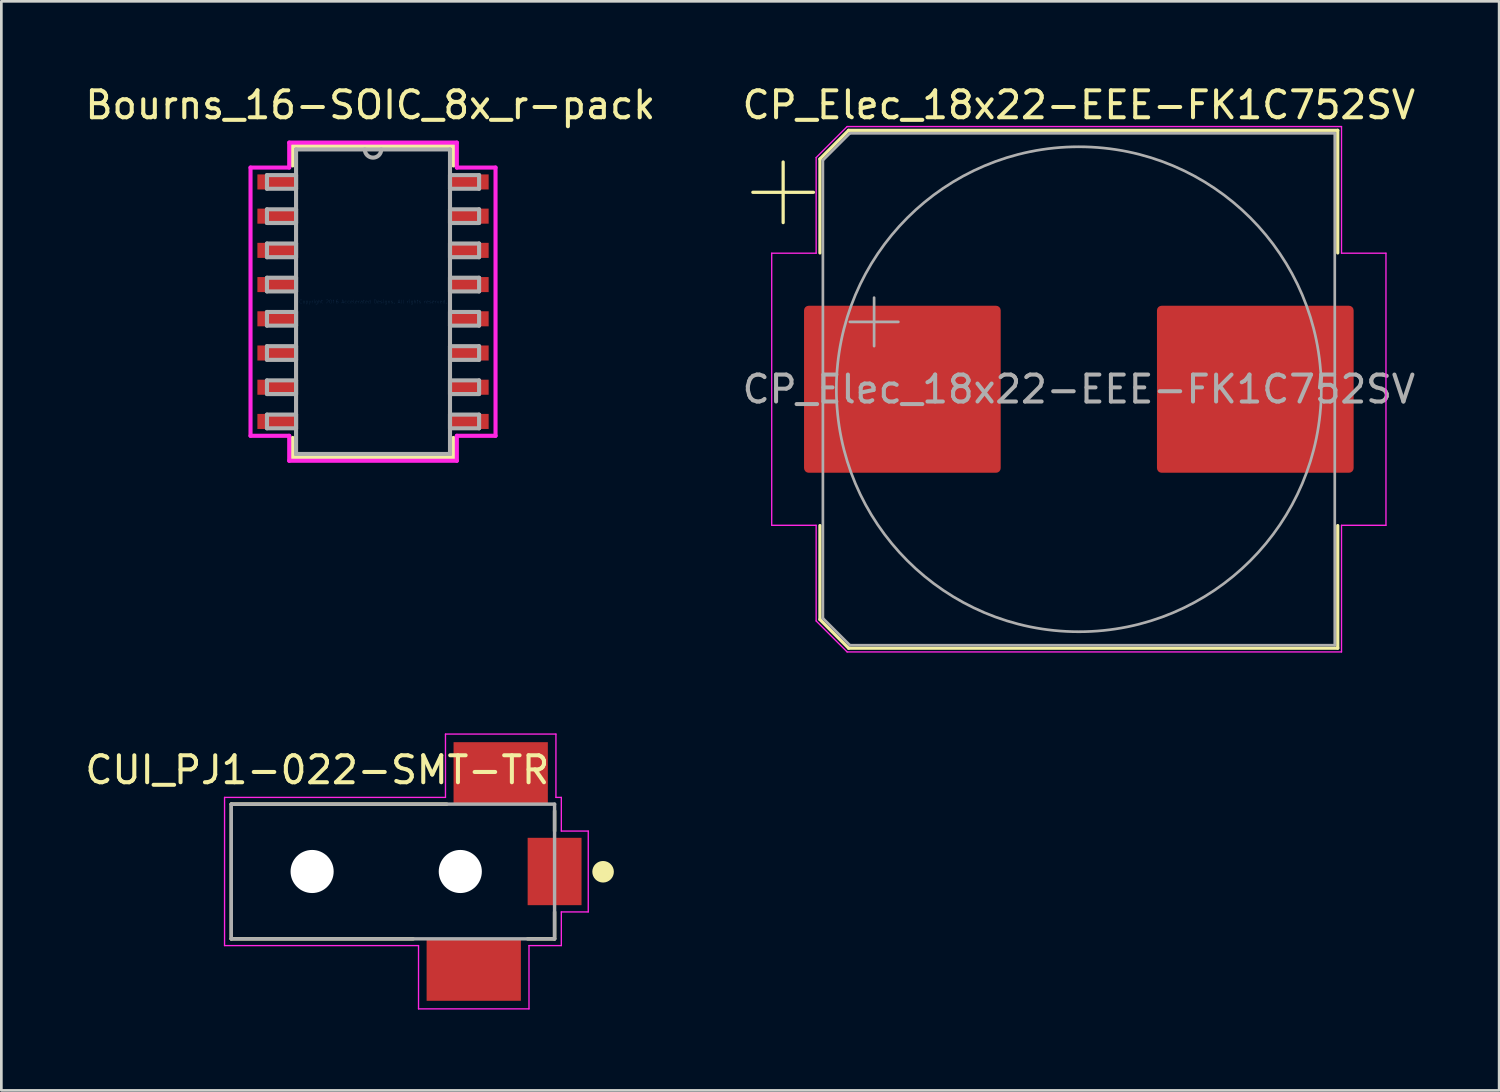
<source format=kicad_pcb>
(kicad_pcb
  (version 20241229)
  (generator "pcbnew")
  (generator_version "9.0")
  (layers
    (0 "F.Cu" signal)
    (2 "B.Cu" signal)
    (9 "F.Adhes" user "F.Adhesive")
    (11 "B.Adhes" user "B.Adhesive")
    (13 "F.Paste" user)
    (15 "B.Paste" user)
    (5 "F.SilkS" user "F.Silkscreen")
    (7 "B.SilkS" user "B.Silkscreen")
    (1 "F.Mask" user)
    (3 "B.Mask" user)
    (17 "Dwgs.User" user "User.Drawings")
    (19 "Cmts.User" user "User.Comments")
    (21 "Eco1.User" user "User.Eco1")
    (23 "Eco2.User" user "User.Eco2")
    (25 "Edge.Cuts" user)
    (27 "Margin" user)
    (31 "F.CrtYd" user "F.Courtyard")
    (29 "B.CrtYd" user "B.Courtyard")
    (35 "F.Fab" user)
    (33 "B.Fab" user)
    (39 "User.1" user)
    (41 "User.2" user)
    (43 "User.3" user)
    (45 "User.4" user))
  (footprint "Bourns_16-SOIC_8x_r-pack"
    (layer "F.Cu")
    (at 10.796 8.148)
    (property "Reference" "Bourns_16-SOIC_8x_r-pack" (at -0.1 -7.3 0) (layer "F.SilkS") (effects (font (size 1 1) (thickness 0.15))))
    (attr through_hole)
    (fp_line (start -2.985 -5.779) (end -2.985 -5.057) (stroke (width 0.152) (type solid)) (layer "F.SilkS"))
    (fp_line (start -2.985 5.057) (end -2.985 5.779) (stroke (width 0.152) (type solid)) (layer "F.SilkS"))
    (fp_line (start -2.985 5.779) (end 2.985 5.779) (stroke (width 0.152) (type solid)) (layer "F.SilkS"))
    (fp_line (start 2.985 -5.779) (end -2.985 -5.779) (stroke (width 0.152) (type solid)) (layer "F.SilkS"))
    (fp_line (start 2.985 -5.057) (end 2.985 -5.779) (stroke (width 0.152) (type solid)) (layer "F.SilkS"))
    (fp_line (start 2.985 5.779) (end 2.985 5.057) (stroke (width 0.152) (type solid)) (layer "F.SilkS"))
    (fp_line (start -4.547 -4.978) (end -3.111 -4.978) (stroke (width 0.152) (type solid)) (layer "F.CrtYd"))
    (fp_line (start -4.547 4.978) (end -4.547 -4.978) (stroke (width 0.152) (type solid)) (layer "F.CrtYd"))
    (fp_line (start -3.111 -5.905) (end 3.111 -5.905) (stroke (width 0.152) (type solid)) (layer "F.CrtYd"))
    (fp_line (start -3.111 -4.978) (end -3.111 -5.905) (stroke (width 0.152) (type solid)) (layer "F.CrtYd"))
    (fp_line (start -3.111 4.978) (end -4.547 4.978) (stroke (width 0.152) (type solid)) (layer "F.CrtYd"))
    (fp_line (start -3.111 5.905) (end -3.111 4.978) (stroke (width 0.152) (type solid)) (layer "F.CrtYd"))
    (fp_line (start 3.111 -5.905) (end 3.111 -4.978) (stroke (width 0.152) (type solid)) (layer "F.CrtYd"))
    (fp_line (start 3.111 -4.978) (end 4.547 -4.978) (stroke (width 0.152) (type solid)) (layer "F.CrtYd"))
    (fp_line (start 3.111 4.978) (end 3.111 5.905) (stroke (width 0.152) (type solid)) (layer "F.CrtYd"))
    (fp_line (start 3.111 5.905) (end -3.111 5.905) (stroke (width 0.152) (type solid)) (layer "F.CrtYd"))
    (fp_line (start 4.547 -4.978) (end 4.547 4.978) (stroke (width 0.152) (type solid)) (layer "F.CrtYd"))
    (fp_line (start 4.547 4.978) (end 3.111 4.978) (stroke (width 0.152) (type solid)) (layer "F.CrtYd"))
    (fp_line (start -3.937 -4.699) (end -3.937 -4.191) (stroke (width 0.152) (type solid)) (layer "F.Fab"))
    (fp_line (start -3.937 -4.191) (end -2.857 -4.191) (stroke (width 0.152) (type solid)) (layer "F.Fab"))
    (fp_line (start -3.937 -3.429) (end -3.937 -2.921) (stroke (width 0.152) (type solid)) (layer "F.Fab"))
    (fp_line (start -3.937 -2.921) (end -2.857 -2.921) (stroke (width 0.152) (type solid)) (layer "F.Fab"))
    (fp_line (start -3.937 -2.159) (end -3.937 -1.651) (stroke (width 0.152) (type solid)) (layer "F.Fab"))
    (fp_line (start -3.937 -1.651) (end -2.857 -1.651) (stroke (width 0.152) (type solid)) (layer "F.Fab"))
    (fp_line (start -3.937 -0.889) (end -3.937 -0.381) (stroke (width 0.152) (type solid)) (layer "F.Fab"))
    (fp_line (start -3.937 -0.381) (end -2.857 -0.381) (stroke (width 0.152) (type solid)) (layer "F.Fab"))
    (fp_line (start -3.937 0.381) (end -3.937 0.889) (stroke (width 0.152) (type solid)) (layer "F.Fab"))
    (fp_line (start -3.937 0.889) (end -2.857 0.889) (stroke (width 0.152) (type solid)) (layer "F.Fab"))
    (fp_line (start -3.937 1.651) (end -3.937 2.159) (stroke (width 0.152) (type solid)) (layer "F.Fab"))
    (fp_line (start -3.937 2.159) (end -2.857 2.159) (stroke (width 0.152) (type solid)) (layer "F.Fab"))
    (fp_line (start -3.937 2.921) (end -3.937 3.429) (stroke (width 0.152) (type solid)) (layer "F.Fab"))
    (fp_line (start -3.937 3.429) (end -2.857 3.429) (stroke (width 0.152) (type solid)) (layer "F.Fab"))
    (fp_line (start -3.937 4.191) (end -3.937 4.699) (stroke (width 0.152) (type solid)) (layer "F.Fab"))
    (fp_line (start -3.937 4.699) (end -2.857 4.699) (stroke (width 0.152) (type solid)) (layer "F.Fab"))
    (fp_line (start -2.857 -5.652) (end -2.857 5.652) (stroke (width 0.152) (type solid)) (layer "F.Fab"))
    (fp_line (start -2.857 -4.699) (end -3.937 -4.699) (stroke (width 0.152) (type solid)) (layer "F.Fab"))
    (fp_line (start -2.857 -4.191) (end -2.857 -4.699) (stroke (width 0.152) (type solid)) (layer "F.Fab"))
    (fp_line (start -2.857 -3.429) (end -3.937 -3.429) (stroke (width 0.152) (type solid)) (layer "F.Fab"))
    (fp_line (start -2.857 -2.921) (end -2.857 -3.429) (stroke (width 0.152) (type solid)) (layer "F.Fab"))
    (fp_line (start -2.857 -2.159) (end -3.937 -2.159) (stroke (width 0.152) (type solid)) (layer "F.Fab"))
    (fp_line (start -2.857 -1.651) (end -2.857 -2.159) (stroke (width 0.152) (type solid)) (layer "F.Fab"))
    (fp_line (start -2.857 -0.889) (end -3.937 -0.889) (stroke (width 0.152) (type solid)) (layer "F.Fab"))
    (fp_line (start -2.857 -0.381) (end -2.857 -0.889) (stroke (width 0.152) (type solid)) (layer "F.Fab"))
    (fp_line (start -2.857 0.381) (end -3.937 0.381) (stroke (width 0.152) (type solid)) (layer "F.Fab"))
    (fp_line (start -2.857 0.889) (end -2.857 0.381) (stroke (width 0.152) (type solid)) (layer "F.Fab"))
    (fp_line (start -2.857 1.651) (end -3.937 1.651) (stroke (width 0.152) (type solid)) (layer "F.Fab"))
    (fp_line (start -2.857 2.159) (end -2.857 1.651) (stroke (width 0.152) (type solid)) (layer "F.Fab"))
    (fp_line (start -2.857 2.921) (end -3.937 2.921) (stroke (width 0.152) (type solid)) (layer "F.Fab"))
    (fp_line (start -2.857 3.429) (end -2.857 2.921) (stroke (width 0.152) (type solid)) (layer "F.Fab"))
    (fp_line (start -2.857 4.191) (end -3.937 4.191) (stroke (width 0.152) (type solid)) (layer "F.Fab"))
    (fp_line (start -2.857 4.699) (end -2.857 4.191) (stroke (width 0.152) (type solid)) (layer "F.Fab"))
    (fp_line (start -2.857 5.652) (end 2.857 5.652) (stroke (width 0.152) (type solid)) (layer "F.Fab"))
    (fp_line (start 2.857 -5.652) (end -2.857 -5.652) (stroke (width 0.152) (type solid)) (layer "F.Fab"))
    (fp_line (start 2.857 -4.699) (end 2.857 -4.191) (stroke (width 0.152) (type solid)) (layer "F.Fab"))
    (fp_line (start 2.857 -4.191) (end 3.937 -4.191) (stroke (width 0.152) (type solid)) (layer "F.Fab"))
    (fp_line (start 2.857 -3.429) (end 2.857 -2.921) (stroke (width 0.152) (type solid)) (layer "F.Fab"))
    (fp_line (start 2.857 -2.921) (end 3.937 -2.921) (stroke (width 0.152) (type solid)) (layer "F.Fab"))
    (fp_line (start 2.857 -2.159) (end 2.857 -1.651) (stroke (width 0.152) (type solid)) (layer "F.Fab"))
    (fp_line (start 2.857 -1.651) (end 3.937 -1.651) (stroke (width 0.152) (type solid)) (layer "F.Fab"))
    (fp_line (start 2.857 -0.889) (end 2.857 -0.381) (stroke (width 0.152) (type solid)) (layer "F.Fab"))
    (fp_line (start 2.857 -0.381) (end 3.937 -0.381) (stroke (width 0.152) (type solid)) (layer "F.Fab"))
    (fp_line (start 2.857 0.381) (end 2.857 0.889) (stroke (width 0.152) (type solid)) (layer "F.Fab"))
    (fp_line (start 2.857 0.889) (end 3.937 0.889) (stroke (width 0.152) (type solid)) (layer "F.Fab"))
    (fp_line (start 2.857 1.651) (end 2.857 2.159) (stroke (width 0.152) (type solid)) (layer "F.Fab"))
    (fp_line (start 2.857 2.159) (end 3.937 2.159) (stroke (width 0.152) (type solid)) (layer "F.Fab"))
    (fp_line (start 2.857 2.921) (end 2.857 3.429) (stroke (width 0.152) (type solid)) (layer "F.Fab"))
    (fp_line (start 2.857 3.429) (end 3.937 3.429) (stroke (width 0.152) (type solid)) (layer "F.Fab"))
    (fp_line (start 2.857 4.191) (end 2.857 4.699) (stroke (width 0.152) (type solid)) (layer "F.Fab"))
    (fp_line (start 2.857 4.699) (end 3.937 4.699) (stroke (width 0.152) (type solid)) (layer "F.Fab"))
    (fp_line (start 2.857 5.652) (end 2.857 -5.652) (stroke (width 0.152) (type solid)) (layer "F.Fab"))
    (fp_line (start 3.937 -4.699) (end 2.857 -4.699) (stroke (width 0.152) (type solid)) (layer "F.Fab"))
    (fp_line (start 3.937 -4.191) (end 3.937 -4.699) (stroke (width 0.152) (type solid)) (layer "F.Fab"))
    (fp_line (start 3.937 -3.429) (end 2.857 -3.429) (stroke (width 0.152) (type solid)) (layer "F.Fab"))
    (fp_line (start 3.937 -2.921) (end 3.937 -3.429) (stroke (width 0.152) (type solid)) (layer "F.Fab"))
    (fp_line (start 3.937 -2.159) (end 2.857 -2.159) (stroke (width 0.152) (type solid)) (layer "F.Fab"))
    (fp_line (start 3.937 -1.651) (end 3.937 -2.159) (stroke (width 0.152) (type solid)) (layer "F.Fab"))
    (fp_line (start 3.937 -0.889) (end 2.857 -0.889) (stroke (width 0.152) (type solid)) (layer "F.Fab"))
    (fp_line (start 3.937 -0.381) (end 3.937 -0.889) (stroke (width 0.152) (type solid)) (layer "F.Fab"))
    (fp_line (start 3.937 0.381) (end 2.857 0.381) (stroke (width 0.152) (type solid)) (layer "F.Fab"))
    (fp_line (start 3.937 0.889) (end 3.937 0.381) (stroke (width 0.152) (type solid)) (layer "F.Fab"))
    (fp_line (start 3.937 1.651) (end 2.857 1.651) (stroke (width 0.152) (type solid)) (layer "F.Fab"))
    (fp_line (start 3.937 2.159) (end 3.937 1.651) (stroke (width 0.152) (type solid)) (layer "F.Fab"))
    (fp_line (start 3.937 2.921) (end 2.857 2.921) (stroke (width 0.152) (type solid)) (layer "F.Fab"))
    (fp_line (start 3.937 3.429) (end 3.937 2.921) (stroke (width 0.152) (type solid)) (layer "F.Fab"))
    (fp_line (start 3.937 4.191) (end 2.857 4.191) (stroke (width 0.152) (type solid)) (layer "F.Fab"))
    (fp_line (start 3.937 4.699) (end 3.937 4.191) (stroke (width 0.152) (type solid)) (layer "F.Fab"))
    (fp_arc (start 0.3048 -5.6515) (mid 0 -5.3467) (end -0.3048 -5.6515) (stroke (width 0.1524) (type solid)) (layer "F.Fab"))
    (fp_text user "Copyright 2016 Accelerated Designs. All rights reserved." (at 0 0 0) (layer "Cmts.User") (effects (font (size 0.127 0.127) (thickness 0.002))))
    (pad "1" smd rect (at -3.581 -4.445) (size 1.422 0.559) (layers "F.Cu" "F.Mask" "F.Paste"))
    (pad "2" smd rect (at -3.581 -3.175) (size 1.422 0.559) (layers "F.Cu" "F.Mask" "F.Paste"))
    (pad "3" smd rect (at -3.581 -1.905) (size 1.422 0.559) (layers "F.Cu" "F.Mask" "F.Paste"))
    (pad "4" smd rect (at -3.581 -0.635) (size 1.422 0.559) (layers "F.Cu" "F.Mask" "F.Paste"))
    (pad "5" smd rect (at -3.581 0.635) (size 1.422 0.559) (layers "F.Cu" "F.Mask" "F.Paste"))
    (pad "6" smd rect (at -3.581 1.905) (size 1.422 0.559) (layers "F.Cu" "F.Mask" "F.Paste"))
    (pad "7" smd rect (at -3.581 3.175) (size 1.422 0.559) (layers "F.Cu" "F.Mask" "F.Paste"))
    (pad "8" smd rect (at -3.581 4.445) (size 1.422 0.559) (layers "F.Cu" "F.Mask" "F.Paste"))
    (pad "9" smd rect (at 3.581 4.445) (size 1.422 0.559) (layers "F.Cu" "F.Mask" "F.Paste"))
    (pad "10" smd rect (at 3.581 3.175) (size 1.422 0.559) (layers "F.Cu" "F.Mask" "F.Paste"))
    (pad "11" smd rect (at 3.581 1.905) (size 1.422 0.559) (layers "F.Cu" "F.Mask" "F.Paste"))
    (pad "12" smd rect (at 3.581 0.635) (size 1.422 0.559) (layers "F.Cu" "F.Mask" "F.Paste"))
    (pad "13" smd rect (at 3.581 -0.635) (size 1.422 0.559) (layers "F.Cu" "F.Mask" "F.Paste"))
    (pad "14" smd rect (at 3.581 -1.905) (size 1.422 0.559) (layers "F.Cu" "F.Mask" "F.Paste"))
    (pad "15" smd rect (at 3.581 -3.175) (size 1.422 0.559) (layers "F.Cu" "F.Mask" "F.Paste"))
    (pad "16" smd rect (at 3.581 -4.445) (size 1.422 0.559) (layers "F.Cu" "F.Mask" "F.Paste")))
  (footprint "CP_Elec_18x22-EEE-FK1C752SV"
    (layer "F.Cu")
    (at 36.994 11.398)
    (property "Reference" "CP_Elec_18x22-EEE-FK1C752SV" (at 0 -10.55 0) (layer "F.SilkS") (effects (font (size 1 1) (thickness 0.15))))
    (attr smd)
    (fp_line (start -12.1 -7.31) (end -9.85 -7.31) (stroke (width 0.12) (type solid)) (layer "F.SilkS"))
    (fp_line (start -10.975 -8.435) (end -10.975 -6.185) (stroke (width 0.12) (type solid)) (layer "F.SilkS"))
    (fp_line (start -9.61 -8.546) (end -9.61 -5.06) (stroke (width 0.12) (type solid)) (layer "F.SilkS"))
    (fp_line (start -9.61 -8.546) (end -8.546 -9.61) (stroke (width 0.12) (type solid)) (layer "F.SilkS"))
    (fp_line (start -9.61 8.546) (end -9.61 5.06) (stroke (width 0.12) (type solid)) (layer "F.SilkS"))
    (fp_line (start -9.61 8.546) (end -8.546 9.61) (stroke (width 0.12) (type solid)) (layer "F.SilkS"))
    (fp_line (start -8.546 -9.61) (end 9.61 -9.61) (stroke (width 0.12) (type solid)) (layer "F.SilkS"))
    (fp_line (start -8.546 9.61) (end 9.61 9.61) (stroke (width 0.12) (type solid)) (layer "F.SilkS"))
    (fp_line (start 9.61 -9.61) (end 9.61 -5.06) (stroke (width 0.12) (type solid)) (layer "F.SilkS"))
    (fp_line (start 9.61 9.61) (end 9.61 5.06) (stroke (width 0.12) (type solid)) (layer "F.SilkS"))
    (fp_line (start -11.4 -5.05) (end -11.4 5.05) (stroke (width 0.05) (type solid)) (layer "F.CrtYd"))
    (fp_line (start -11.4 5.05) (end -9.75 5.05) (stroke (width 0.05) (type solid)) (layer "F.CrtYd"))
    (fp_line (start -9.75 -8.6) (end -9.75 -5.05) (stroke (width 0.05) (type solid)) (layer "F.CrtYd"))
    (fp_line (start -9.75 -8.6) (end -8.6 -9.75) (stroke (width 0.05) (type solid)) (layer "F.CrtYd"))
    (fp_line (start -9.75 -5.05) (end -11.4 -5.05) (stroke (width 0.05) (type solid)) (layer "F.CrtYd"))
    (fp_line (start -9.75 5.05) (end -9.75 8.6) (stroke (width 0.05) (type solid)) (layer "F.CrtYd"))
    (fp_line (start -9.75 8.6) (end -8.6 9.75) (stroke (width 0.05) (type solid)) (layer "F.CrtYd"))
    (fp_line (start -8.6 -9.75) (end 9.75 -9.75) (stroke (width 0.05) (type solid)) (layer "F.CrtYd"))
    (fp_line (start -8.6 9.75) (end 9.75 9.75) (stroke (width 0.05) (type solid)) (layer "F.CrtYd"))
    (fp_line (start 9.75 -9.75) (end 9.75 -5.05) (stroke (width 0.05) (type solid)) (layer "F.CrtYd"))
    (fp_line (start 9.75 -5.05) (end 11.4 -5.05) (stroke (width 0.05) (type solid)) (layer "F.CrtYd"))
    (fp_line (start 9.75 5.05) (end 9.75 9.75) (stroke (width 0.05) (type solid)) (layer "F.CrtYd"))
    (fp_line (start 11.4 -5.05) (end 11.4 5.05) (stroke (width 0.05) (type solid)) (layer "F.CrtYd"))
    (fp_line (start 11.4 5.05) (end 9.75 5.05) (stroke (width 0.05) (type solid)) (layer "F.CrtYd"))
    (fp_line (start -9.5 -8.5) (end -9.5 8.5) (stroke (width 0.1) (type solid)) (layer "F.Fab"))
    (fp_line (start -9.5 -8.5) (end -8.5 -9.5) (stroke (width 0.1) (type solid)) (layer "F.Fab"))
    (fp_line (start -9.5 8.5) (end -8.5 9.5) (stroke (width 0.1) (type solid)) (layer "F.Fab"))
    (fp_line (start -8.5 -9.5) (end 9.5 -9.5) (stroke (width 0.1) (type solid)) (layer "F.Fab"))
    (fp_line (start -8.5 9.5) (end 9.5 9.5) (stroke (width 0.1) (type solid)) (layer "F.Fab"))
    (fp_line (start -8.499 -2.5) (end -6.699 -2.5) (stroke (width 0.1) (type solid)) (layer "F.Fab"))
    (fp_line (start -7.599 -3.4) (end -7.599 -1.6) (stroke (width 0.1) (type solid)) (layer "F.Fab"))
    (fp_line (start 9.5 -9.5) (end 9.5 9.5) (stroke (width 0.1) (type solid)) (layer "F.Fab"))
    (fp_circle (center 0 0) (end 9 0) (stroke (width 0.1) (type solid)) (fill no) (layer "F.Fab"))
    (fp_text user "${REFERENCE}" (at 0 0 0) (layer "F.Fab") (effects (font (size 1 1) (thickness 0.15))))
    (pad "1" smd roundrect (at -6.55 0) (size 7.3 6.2) (layers "F.Cu" "F.Mask" "F.Paste") (roundrect_rratio 0.028))
    (pad "2" smd roundrect (at 6.55 0) (size 7.3 6.2) (layers "F.Cu" "F.Mask" "F.Paste") (roundrect_rratio 0.028)))
  (footprint "CUI_PJ1-022-SMT-TR"
    (layer "F.Cu")
    (at 11.535 29.298)
    (property "Reference" "CUI_PJ1-022-SMT-TR" (at -2.807 -3.768 0) (layer "F.SilkS") (effects (font (size 1.001 1.001) (thickness 0.15))))
    (attr through_hole)
    (fp_line (start -6 -2.5) (end -6 2.5) (stroke (width 0.127) (type solid)) (layer "F.SilkS"))
    (fp_line (start -6 2.5) (end 0.75 2.5) (stroke (width 0.127) (type solid)) (layer "F.SilkS"))
    (fp_line (start 2 -2.5) (end -6 -2.5) (stroke (width 0.127) (type solid)) (layer "F.SilkS"))
    (fp_line (start 5 2.5) (end 6 2.5) (stroke (width 0.127) (type solid)) (layer "F.SilkS"))
    (fp_line (start 6 -2.25) (end 6 -1.5) (stroke (width 0.127) (type solid)) (layer "F.SilkS"))
    (fp_line (start 6 1.5) (end 6 2.5) (stroke (width 0.127) (type solid)) (layer "F.SilkS"))
    (fp_circle (center 7.8 0.01) (end 8 0.01) (stroke (width 0.4) (type solid)) (fill no) (layer "F.SilkS"))
    (fp_line (start -6.25 -2.75) (end -6.25 2.75) (stroke (width 0.05) (type solid)) (layer "F.CrtYd"))
    (fp_line (start -6.25 2.75) (end 0.95 2.75) (stroke (width 0.05) (type solid)) (layer "F.CrtYd"))
    (fp_line (start 0.95 5.1) (end 0.95 2.75) (stroke (width 0.05) (type solid)) (layer "F.CrtYd"))
    (fp_line (start 1.95 -5.1) (end 6.05 -5.1) (stroke (width 0.05) (type solid)) (layer "F.CrtYd"))
    (fp_line (start 1.95 -2.75) (end -6.25 -2.75) (stroke (width 0.05) (type solid)) (layer "F.CrtYd"))
    (fp_line (start 1.95 -2.75) (end 1.95 -5.1) (stroke (width 0.05) (type solid)) (layer "F.CrtYd"))
    (fp_line (start 5.05 2.75) (end 5.05 5.1) (stroke (width 0.05) (type solid)) (layer "F.CrtYd"))
    (fp_line (start 5.05 2.75) (end 6.25 2.75) (stroke (width 0.05) (type solid)) (layer "F.CrtYd"))
    (fp_line (start 5.05 5.1) (end 0.95 5.1) (stroke (width 0.05) (type solid)) (layer "F.CrtYd"))
    (fp_line (start 6.05 -5.1) (end 6.05 -2.75) (stroke (width 0.05) (type solid)) (layer "F.CrtYd"))
    (fp_line (start 6.25 -2.75) (end 6.05 -2.75) (stroke (width 0.05) (type solid)) (layer "F.CrtYd"))
    (fp_line (start 6.25 -1.5) (end 6.25 -2.75) (stroke (width 0.05) (type solid)) (layer "F.CrtYd"))
    (fp_line (start 6.25 -1.5) (end 7.25 -1.5) (stroke (width 0.05) (type solid)) (layer "F.CrtYd"))
    (fp_line (start 6.25 2.75) (end 6.25 1.5) (stroke (width 0.05) (type solid)) (layer "F.CrtYd"))
    (fp_line (start 7.25 -1.5) (end 7.25 1.5) (stroke (width 0.05) (type solid)) (layer "F.CrtYd"))
    (fp_line (start 7.25 1.5) (end 6.25 1.5) (stroke (width 0.05) (type solid)) (layer "F.CrtYd"))
    (fp_line (start -6 -2.5) (end -6 2.5) (stroke (width 0.127) (type solid)) (layer "F.Fab"))
    (fp_line (start -6 2.5) (end 6 2.5) (stroke (width 0.127) (type solid)) (layer "F.Fab"))
    (fp_line (start 6 -2.5) (end -6 -2.5) (stroke (width 0.127) (type solid)) (layer "F.Fab"))
    (fp_line (start 6 2.5) (end 6 -2.5) (stroke (width 0.127) (type solid)) (layer "F.Fab"))
    (pad "" np_thru_hole circle (at -3 0) (size 1.6 1.6) (drill 1.6) (layers "*.Cu" "*.Mask"))
    (pad "" np_thru_hole circle (at 2.5 0) (size 1.6 1.6) (drill 1.6) (layers "*.Cu" "*.Mask"))
    (pad "1" smd rect (at 6 0) (size 2 2.5) (layers "F.Cu" "F.Mask" "F.Paste"))
    (pad "2" smd rect (at 3 3.65) (size 3.5 2.3) (layers "F.Cu" "F.Mask" "F.Paste"))
    (pad "3" smd rect (at 4 -3.65) (size 3.5 2.3) (layers "F.Cu" "F.Mask" "F.Paste")))
  (gr_rect
    (start -3 -3)
    (end 52.595 37.423)
    (stroke (width 0.1) (type default))
    (fill no)
    (layer "Edge.Cuts")))
</source>
